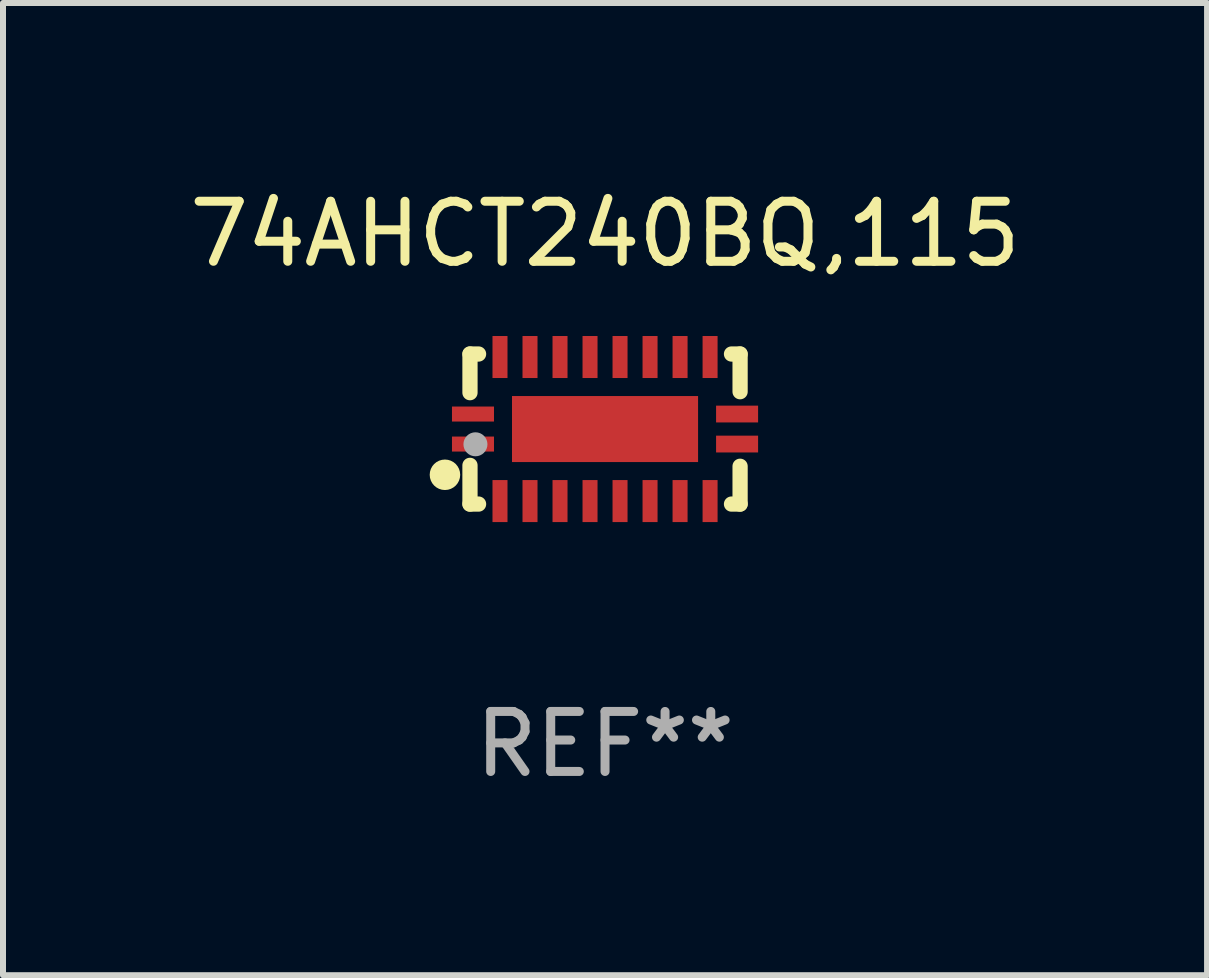
<source format=kicad_pcb>
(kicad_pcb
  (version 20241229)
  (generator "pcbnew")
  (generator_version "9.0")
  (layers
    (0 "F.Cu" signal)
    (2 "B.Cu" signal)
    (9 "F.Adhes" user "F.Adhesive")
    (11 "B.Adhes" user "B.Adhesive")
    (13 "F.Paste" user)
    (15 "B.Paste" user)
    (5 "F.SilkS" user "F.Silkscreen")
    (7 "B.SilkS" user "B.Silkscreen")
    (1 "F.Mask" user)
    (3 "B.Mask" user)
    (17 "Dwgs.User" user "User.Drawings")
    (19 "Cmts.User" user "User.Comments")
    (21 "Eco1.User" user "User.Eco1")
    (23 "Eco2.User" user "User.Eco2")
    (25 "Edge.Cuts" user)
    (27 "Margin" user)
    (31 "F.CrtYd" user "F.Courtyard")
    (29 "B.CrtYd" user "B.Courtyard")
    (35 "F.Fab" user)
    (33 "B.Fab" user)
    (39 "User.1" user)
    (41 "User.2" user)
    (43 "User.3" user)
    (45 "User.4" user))
  (footprint "74AHCT240BQ,115"
    (layer "F.Cu")
    (at 7.03 4.098)
    (property "Reference" "74AHCT240BQ,115" (at 0 -3.25 0) (layer "F.SilkS") (effects (font (size 1 1) (thickness 0.15))))
    (attr through_hole)
    (fp_line (start -2.25 0.605) (end -2.25 1.25) (stroke (width 0.254) (type solid)) (layer "F.SilkS"))
    (fp_line (start -2.25 1.25) (end -2.107 1.25) (stroke (width 0.254) (type solid)) (layer "F.SilkS"))
    (fp_line (start -2.25 -1.25) (end -2.25 -0.606) (stroke (width 0.254) (type solid)) (layer "F.SilkS"))
    (fp_line (start -2.25 -1.25) (end -2.107 -1.25) (stroke (width 0.254) (type solid)) (layer "F.SilkS"))
    (fp_line (start 2.107 -1.25) (end 2.25 -1.25) (stroke (width 0.254) (type solid)) (layer "F.SilkS"))
    (fp_line (start 2.107 1.25) (end 2.25 1.25) (stroke (width 0.254) (type solid)) (layer "F.SilkS"))
    (fp_line (start 2.25 -1.25) (end 2.25 -0.622) (stroke (width 0.254) (type solid)) (layer "F.SilkS"))
    (fp_line (start 2.25 0.62) (end 2.25 1.25) (stroke (width 0.254) (type solid)) (layer "F.SilkS"))
    (fp_circle (center -2.667 0.762) (end -2.54 0.762) (stroke (width 0.254) (type solid)) (fill no) (layer "F.SilkS"))
    (fp_circle (center -2.25 1.249) (end -2.22 1.249) (stroke (width 0.06) (type solid)) (fill no) (layer "F.SilkS"))
    (fp_circle (center -2.159 0.254) (end -2.059 0.254) (stroke (width 0.2) (type solid)) (fill no) (layer "F.Fab"))
    (fp_text user "REF**" (at 0 5.25 0) (layer "F.Fab") (effects (font (size 1 1) (thickness 0.15))))
    (pad "1" smd rect (at -2.2 0.25 180) (size 0.7 0.25) (layers "F.Cu" "F.Mask" "F.Paste"))
    (pad "2" smd rect (at -1.75 1.2 90) (size 0.7 0.25) (layers "F.Cu" "F.Mask" "F.Paste"))
    (pad "3" smd rect (at -1.25 1.2 90) (size 0.7 0.25) (layers "F.Cu" "F.Mask" "F.Paste"))
    (pad "4" smd rect (at -0.75 1.2 90) (size 0.7 0.25) (layers "F.Cu" "F.Mask" "F.Paste"))
    (pad "5" smd rect (at -0.25 1.2 90) (size 0.7 0.25) (layers "F.Cu" "F.Mask" "F.Paste"))
    (pad "6" smd rect (at 0.25 1.2 90) (size 0.7 0.25) (layers "F.Cu" "F.Mask" "F.Paste"))
    (pad "7" smd rect (at 0.75 1.2 90) (size 0.7 0.25) (layers "F.Cu" "F.Mask" "F.Paste"))
    (pad "8" smd rect (at 1.25 1.2 90) (size 0.7 0.25) (layers "F.Cu" "F.Mask" "F.Paste"))
    (pad "9" smd rect (at 1.75 1.2 90) (size 0.7 0.25) (layers "F.Cu" "F.Mask" "F.Paste"))
    (pad "10" smd rect (at 2.2 0.25 180) (size 0.7 0.28) (layers "F.Cu" "F.Mask" "F.Paste"))
    (pad "11" smd rect (at 2.2 -0.25 180) (size 0.7 0.28) (layers "F.Cu" "F.Mask" "F.Paste"))
    (pad "12" smd rect (at 1.75 -1.2 90) (size 0.7 0.25) (layers "F.Cu" "F.Mask" "F.Paste"))
    (pad "13" smd rect (at 1.25 -1.2 90) (size 0.7 0.25) (layers "F.Cu" "F.Mask" "F.Paste"))
    (pad "14" smd rect (at 0.75 -1.2 90) (size 0.7 0.25) (layers "F.Cu" "F.Mask" "F.Paste"))
    (pad "15" smd rect (at 0.25 -1.2 90) (size 0.7 0.25) (layers "F.Cu" "F.Mask" "F.Paste"))
    (pad "16" smd rect (at -0.25 -1.2 90) (size 0.7 0.25) (layers "F.Cu" "F.Mask" "F.Paste"))
    (pad "17" smd rect (at -0.75 -1.2 90) (size 0.7 0.25) (layers "F.Cu" "F.Mask" "F.Paste"))
    (pad "18" smd rect (at -1.25 -1.2 90) (size 0.7 0.25) (layers "F.Cu" "F.Mask" "F.Paste"))
    (pad "19" smd rect (at -1.75 -1.2 90) (size 0.7 0.25) (layers "F.Cu" "F.Mask" "F.Paste"))
    (pad "20" smd rect (at -2.2 -0.25 180) (size 0.7 0.25) (layers "F.Cu" "F.Mask" "F.Paste"))
    (pad "21" smd rect (at 0 -0.000013 180) (size 3.1 1.1) (layers "F.Cu" "F.Mask" "F.Paste")))
  (gr_rect
    (start -3 -3)
    (end 17.06 13.197)
    (stroke (width 0.1) (type default))
    (fill no)
    (layer "Edge.Cuts")))
</source>
